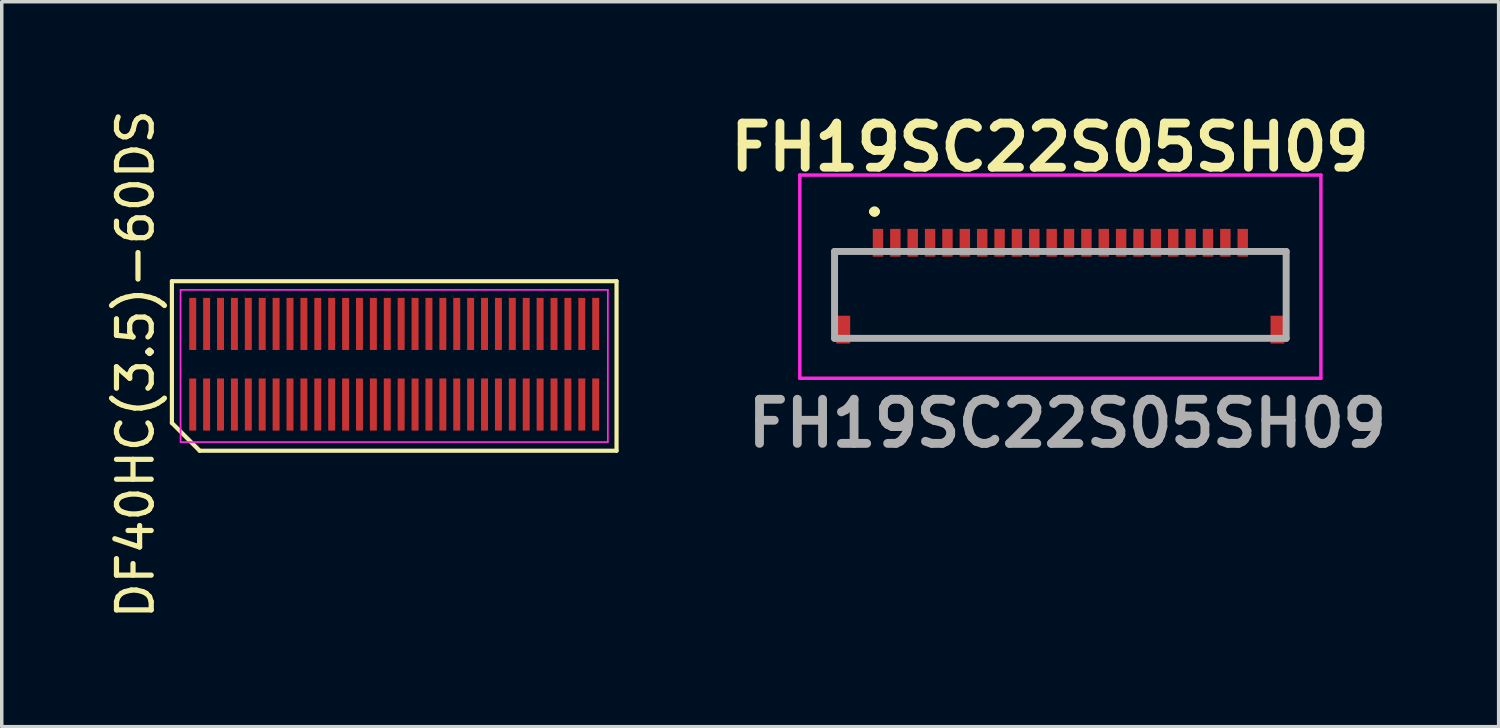
<source format=kicad_pcb>
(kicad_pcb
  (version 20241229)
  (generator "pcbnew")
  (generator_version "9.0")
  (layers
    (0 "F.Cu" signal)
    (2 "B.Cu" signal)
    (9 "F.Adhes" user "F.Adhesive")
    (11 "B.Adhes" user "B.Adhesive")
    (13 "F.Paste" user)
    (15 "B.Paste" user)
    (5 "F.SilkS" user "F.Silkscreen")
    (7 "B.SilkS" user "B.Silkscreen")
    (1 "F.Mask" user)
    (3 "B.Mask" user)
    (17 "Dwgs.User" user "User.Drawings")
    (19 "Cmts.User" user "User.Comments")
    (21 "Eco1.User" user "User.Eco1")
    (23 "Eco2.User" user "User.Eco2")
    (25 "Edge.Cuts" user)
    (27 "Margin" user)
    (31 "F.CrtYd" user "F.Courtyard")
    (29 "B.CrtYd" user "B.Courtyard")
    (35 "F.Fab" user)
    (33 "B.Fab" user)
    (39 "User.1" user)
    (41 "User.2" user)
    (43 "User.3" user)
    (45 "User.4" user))
  (footprint "FH19SC22S05SH09"
    (layer "F.Cu")
    (at 27.474 5.439)
    (property "Reference" "FH19SC22S05SH09" (at -0.3 -4.25 0) (layer "F.SilkS") (effects (font (size 1.27 1.27) (thickness 0.254))))
    (attr smd)
    (fp_line (start -6.5 -1.25) (end -6.5 -1.25) (stroke (width 0.1) (type solid)) (layer "F.SilkS"))
    (fp_line (start -6.5 -1.25) (end -6.5 -1.25) (stroke (width 0.1) (type solid)) (layer "F.SilkS"))
    (fp_line (start -6.5 -1.25) (end -6.5 0.25) (stroke (width 0.1) (type solid)) (layer "F.SilkS"))
    (fp_line (start -6.5 -1.25) (end -6 -1.25) (stroke (width 0.1) (type solid)) (layer "F.SilkS"))
    (fp_line (start -6.5 0.25) (end -6.5 -1.25) (stroke (width 0.1) (type solid)) (layer "F.SilkS"))
    (fp_line (start -6.5 0.25) (end -6.5 0.25) (stroke (width 0.1) (type solid)) (layer "F.SilkS"))
    (fp_line (start -6 -1.25) (end -6.5 -1.25) (stroke (width 0.1) (type solid)) (layer "F.SilkS"))
    (fp_line (start -6 -1.25) (end -6 -1.25) (stroke (width 0.1) (type solid)) (layer "F.SilkS"))
    (fp_line (start -5.5 1.25) (end -5.5 1.25) (stroke (width 0.1) (type solid)) (layer "F.SilkS"))
    (fp_line (start -5.5 1.25) (end 5.5 1.25) (stroke (width 0.1) (type solid)) (layer "F.SilkS"))
    (fp_line (start -5.4 -2.4) (end -5.4 -2.4) (stroke (width 0.2) (type solid)) (layer "F.SilkS"))
    (fp_line (start -5.4 -2.4) (end -5.4 -2.4) (stroke (width 0.2) (type solid)) (layer "F.SilkS"))
    (fp_line (start -5.3 -2.4) (end -5.3 -2.4) (stroke (width 0.2) (type solid)) (layer "F.SilkS"))
    (fp_line (start 5.5 1.25) (end -5.5 1.25) (stroke (width 0.1) (type solid)) (layer "F.SilkS"))
    (fp_line (start 5.5 1.25) (end 5.5 1.25) (stroke (width 0.1) (type solid)) (layer "F.SilkS"))
    (fp_line (start 6 -1.25) (end 6 -1.25) (stroke (width 0.1) (type solid)) (layer "F.SilkS"))
    (fp_line (start 6 -1.25) (end 6.5 -1.25) (stroke (width 0.1) (type solid)) (layer "F.SilkS"))
    (fp_line (start 6.5 -1.25) (end 6 -1.25) (stroke (width 0.1) (type solid)) (layer "F.SilkS"))
    (fp_line (start 6.5 -1.25) (end 6.5 -1.25) (stroke (width 0.1) (type solid)) (layer "F.SilkS"))
    (fp_line (start 6.5 -1.25) (end 6.5 -1.25) (stroke (width 0.1) (type solid)) (layer "F.SilkS"))
    (fp_line (start 6.5 -1.25) (end 6.5 0) (stroke (width 0.1) (type solid)) (layer "F.SilkS"))
    (fp_line (start 6.5 0) (end 6.5 -1.25) (stroke (width 0.1) (type solid)) (layer "F.SilkS"))
    (fp_line (start 6.5 0) (end 6.5 0) (stroke (width 0.1) (type solid)) (layer "F.SilkS"))
    (fp_arc (start -5.4 -2.4) (mid -5.35 -2.45) (end -5.3 -2.4) (stroke (width 0.2) (type solid)) (layer "F.SilkS"))
    (fp_arc (start -5.3 -2.4) (mid -5.35 -2.35) (end -5.4 -2.4) (stroke (width 0.2) (type solid)) (layer "F.SilkS"))
    (fp_arc (start -5.3 -2.4) (mid -5.35 -2.35) (end -5.4 -2.4) (stroke (width 0.2) (type solid)) (layer "F.SilkS"))
    (fp_line (start -7.5 -3.45) (end 7.5 -3.45) (stroke (width 0.1) (type solid)) (layer "F.CrtYd"))
    (fp_line (start -7.5 2.4) (end -7.5 -3.45) (stroke (width 0.1) (type solid)) (layer "F.CrtYd"))
    (fp_line (start 7.5 -3.45) (end 7.5 2.4) (stroke (width 0.1) (type solid)) (layer "F.CrtYd"))
    (fp_line (start 7.5 2.4) (end -7.5 2.4) (stroke (width 0.1) (type solid)) (layer "F.CrtYd"))
    (fp_line (start -6.5 -1.25) (end -6.5 1.25) (stroke (width 0.2) (type solid)) (layer "F.Fab"))
    (fp_line (start -6.5 1.25) (end 6.5 1.25) (stroke (width 0.2) (type solid)) (layer "F.Fab"))
    (fp_line (start 6.5 -1.25) (end -6.5 -1.25) (stroke (width 0.2) (type solid)) (layer "F.Fab"))
    (fp_line (start 6.5 1.25) (end 6.5 -1.25) (stroke (width 0.2) (type solid)) (layer "F.Fab"))
    (fp_text user "${REFERENCE}" (at 0.2 3.7 0) (layer "F.Fab") (effects (font (size 1.27 1.27) (thickness 0.254))))
    (pad "1" smd rect (at -5.25 -1.5) (size 0.3 0.8) (layers "F.Cu" "F.Mask" "F.Paste"))
    (pad "2" smd rect (at -4.75 -1.5) (size 0.3 0.8) (layers "F.Cu" "F.Mask" "F.Paste"))
    (pad "3" smd rect (at -4.25 -1.5) (size 0.3 0.8) (layers "F.Cu" "F.Mask" "F.Paste"))
    (pad "4" smd rect (at -3.75 -1.5) (size 0.3 0.8) (layers "F.Cu" "F.Mask" "F.Paste"))
    (pad "5" smd rect (at -3.25 -1.5) (size 0.3 0.8) (layers "F.Cu" "F.Mask" "F.Paste"))
    (pad "6" smd rect (at -2.75 -1.5) (size 0.3 0.8) (layers "F.Cu" "F.Mask" "F.Paste"))
    (pad "7" smd rect (at -2.25 -1.5) (size 0.3 0.8) (layers "F.Cu" "F.Mask" "F.Paste"))
    (pad "8" smd rect (at -1.75 -1.5) (size 0.3 0.8) (layers "F.Cu" "F.Mask" "F.Paste"))
    (pad "9" smd rect (at -1.25 -1.5) (size 0.3 0.8) (layers "F.Cu" "F.Mask" "F.Paste"))
    (pad "10" smd rect (at -0.75 -1.5) (size 0.3 0.8) (layers "F.Cu" "F.Mask" "F.Paste"))
    (pad "11" smd rect (at -0.25 -1.5) (size 0.3 0.8) (layers "F.Cu" "F.Mask" "F.Paste"))
    (pad "12" smd rect (at 0.25 -1.5) (size 0.3 0.8) (layers "F.Cu" "F.Mask" "F.Paste"))
    (pad "13" smd rect (at 0.75 -1.5) (size 0.3 0.8) (layers "F.Cu" "F.Mask" "F.Paste"))
    (pad "14" smd rect (at 1.25 -1.5) (size 0.3 0.8) (layers "F.Cu" "F.Mask" "F.Paste"))
    (pad "15" smd rect (at 1.75 -1.5) (size 0.3 0.8) (layers "F.Cu" "F.Mask" "F.Paste"))
    (pad "16" smd rect (at 2.25 -1.5) (size 0.3 0.8) (layers "F.Cu" "F.Mask" "F.Paste"))
    (pad "17" smd rect (at 2.75 -1.5) (size 0.3 0.8) (layers "F.Cu" "F.Mask" "F.Paste"))
    (pad "18" smd rect (at 3.25 -1.5) (size 0.3 0.8) (layers "F.Cu" "F.Mask" "F.Paste"))
    (pad "19" smd rect (at 3.75 -1.5) (size 0.3 0.8) (layers "F.Cu" "F.Mask" "F.Paste"))
    (pad "20" smd rect (at 4.25 -1.5) (size 0.3 0.8) (layers "F.Cu" "F.Mask" "F.Paste"))
    (pad "21" smd rect (at 4.75 -1.5) (size 0.3 0.8) (layers "F.Cu" "F.Mask" "F.Paste"))
    (pad "22" smd rect (at 5.25 -1.5) (size 0.3 0.8) (layers "F.Cu" "F.Mask" "F.Paste"))
    (pad "MP1" smd rect (at -6.25 1) (size 0.4 0.8) (layers "F.Cu" "F.Mask" "F.Paste"))
    (pad "MP2" smd rect (at 6.25 1) (size 0.4 0.8) (layers "F.Cu" "F.Mask" "F.Paste")))
  (footprint "DF40HC(3.5)-60DS"
    (layer "F.Cu")
    (at 8.298 7.435)
    (property "Reference" "DF40HC(3.5)-60DS" (at -7.45 0 90) (layer "F.SilkS") (effects (font (size 1 1) (thickness 0.15))))
    (attr smd)
    (fp_line (start -6.4 -2.39) (end 6.4 -2.39) (stroke (width 0.12) (type solid)) (layer "F.SilkS"))
    (fp_line (start -6.4 1.69) (end -6.4 -2.39) (stroke (width 0.12) (type solid)) (layer "F.SilkS"))
    (fp_line (start -5.6 2.49) (end -6.4 1.69) (stroke (width 0.12) (type solid)) (layer "F.SilkS"))
    (fp_line (start 6.4 -2.39) (end 6.4 2.49) (stroke (width 0.12) (type solid)) (layer "F.SilkS"))
    (fp_line (start 6.4 2.49) (end -5.6 2.49) (stroke (width 0.12) (type solid)) (layer "F.SilkS"))
    (fp_line (start -6.15 -2.14) (end 6.15 -2.14) (stroke (width 0.05) (type solid)) (layer "F.CrtYd"))
    (fp_line (start -6.15 2.24) (end -6.15 -2.14) (stroke (width 0.05) (type solid)) (layer "F.CrtYd"))
    (fp_line (start 6.15 -2.14) (end 6.15 2.24) (stroke (width 0.05) (type solid)) (layer "F.CrtYd"))
    (fp_line (start 6.15 2.24) (end -6.15 2.24) (stroke (width 0.05) (type solid)) (layer "F.CrtYd"))
    (pad "1" smd rect (at -5.8 -1.16) (size 0.2 1.5) (layers "F.Cu" "F.Mask" "F.Paste"))
    (pad "2" smd rect (at -5.4 -1.16) (size 0.2 1.5) (layers "F.Cu" "F.Mask" "F.Paste"))
    (pad "3" smd rect (at -5 -1.16) (size 0.2 1.5) (layers "F.Cu" "F.Mask" "F.Paste"))
    (pad "4" smd rect (at -4.6 -1.16) (size 0.2 1.5) (layers "F.Cu" "F.Mask" "F.Paste"))
    (pad "5" smd rect (at -4.2 -1.16) (size 0.2 1.5) (layers "F.Cu" "F.Mask" "F.Paste"))
    (pad "6" smd rect (at -3.8 -1.16) (size 0.2 1.5) (layers "F.Cu" "F.Mask" "F.Paste"))
    (pad "7" smd rect (at -3.4 -1.16) (size 0.2 1.5) (layers "F.Cu" "F.Mask" "F.Paste"))
    (pad "8" smd rect (at -3 -1.16) (size 0.2 1.5) (layers "F.Cu" "F.Mask" "F.Paste"))
    (pad "9" smd rect (at -2.6 -1.16) (size 0.2 1.5) (layers "F.Cu" "F.Mask" "F.Paste"))
    (pad "10" smd rect (at -2.2 -1.16) (size 0.2 1.5) (layers "F.Cu" "F.Mask" "F.Paste"))
    (pad "11" smd rect (at -1.8 -1.16) (size 0.2 1.5) (layers "F.Cu" "F.Mask" "F.Paste"))
    (pad "12" smd rect (at -1.4 -1.16) (size 0.2 1.5) (layers "F.Cu" "F.Mask" "F.Paste"))
    (pad "13" smd rect (at -1 -1.16) (size 0.2 1.5) (layers "F.Cu" "F.Mask" "F.Paste"))
    (pad "14" smd rect (at -0.6 -1.16) (size 0.2 1.5) (layers "F.Cu" "F.Mask" "F.Paste"))
    (pad "15" smd rect (at -0.2 -1.16) (size 0.2 1.5) (layers "F.Cu" "F.Mask" "F.Paste"))
    (pad "16" smd rect (at 0.2 -1.16) (size 0.2 1.5) (layers "F.Cu" "F.Mask" "F.Paste"))
    (pad "17" smd rect (at 0.6 -1.16) (size 0.2 1.5) (layers "F.Cu" "F.Mask" "F.Paste"))
    (pad "18" smd rect (at 1 -1.16) (size 0.2 1.5) (layers "F.Cu" "F.Mask" "F.Paste"))
    (pad "19" smd rect (at 1.4 -1.16) (size 0.2 1.5) (layers "F.Cu" "F.Mask" "F.Paste"))
    (pad "20" smd rect (at 1.8 -1.16) (size 0.2 1.5) (layers "F.Cu" "F.Mask" "F.Paste"))
    (pad "21" smd rect (at 2.2 -1.16) (size 0.2 1.5) (layers "F.Cu" "F.Mask" "F.Paste"))
    (pad "22" smd rect (at 2.6 -1.16) (size 0.2 1.5) (layers "F.Cu" "F.Mask" "F.Paste"))
    (pad "23" smd rect (at 3 -1.16) (size 0.2 1.5) (layers "F.Cu" "F.Mask" "F.Paste"))
    (pad "24" smd rect (at 3.4 -1.16) (size 0.2 1.5) (layers "F.Cu" "F.Mask" "F.Paste"))
    (pad "25" smd rect (at 3.8 -1.16) (size 0.2 1.5) (layers "F.Cu" "F.Mask" "F.Paste"))
    (pad "26" smd rect (at 4.2 -1.16) (size 0.2 1.5) (layers "F.Cu" "F.Mask" "F.Paste"))
    (pad "27" smd rect (at 4.6 -1.16) (size 0.2 1.5) (layers "F.Cu" "F.Mask" "F.Paste"))
    (pad "28" smd rect (at 5 -1.16) (size 0.2 1.5) (layers "F.Cu" "F.Mask" "F.Paste"))
    (pad "29" smd rect (at 5.4 -1.16) (size 0.2 1.5) (layers "F.Cu" "F.Mask" "F.Paste"))
    (pad "30" smd rect (at 5.8 -1.16) (size 0.2 1.5) (layers "F.Cu" "F.Mask" "F.Paste"))
    (pad "31" smd rect (at 5.8 1.16) (size 0.2 1.5) (layers "F.Cu" "F.Mask" "F.Paste"))
    (pad "32" smd rect (at 5.4 1.16) (size 0.2 1.5) (layers "F.Cu" "F.Mask" "F.Paste"))
    (pad "33" smd rect (at 5 1.16) (size 0.2 1.5) (layers "F.Cu" "F.Mask" "F.Paste"))
    (pad "34" smd rect (at 4.6 1.16) (size 0.2 1.5) (layers "F.Cu" "F.Mask" "F.Paste"))
    (pad "35" smd rect (at 4.2 1.16) (size 0.2 1.5) (layers "F.Cu" "F.Mask" "F.Paste"))
    (pad "36" smd rect (at 3.8 1.16) (size 0.2 1.5) (layers "F.Cu" "F.Mask" "F.Paste"))
    (pad "37" smd rect (at 3.4 1.16) (size 0.2 1.5) (layers "F.Cu" "F.Mask" "F.Paste"))
    (pad "38" smd rect (at 3 1.16) (size 0.2 1.5) (layers "F.Cu" "F.Mask" "F.Paste"))
    (pad "39" smd rect (at 2.6 1.16) (size 0.2 1.5) (layers "F.Cu" "F.Mask" "F.Paste"))
    (pad "40" smd rect (at 2.2 1.16) (size 0.2 1.5) (layers "F.Cu" "F.Mask" "F.Paste"))
    (pad "41" smd rect (at 1.8 1.16) (size 0.2 1.5) (layers "F.Cu" "F.Mask" "F.Paste"))
    (pad "42" smd rect (at 1.4 1.16) (size 0.2 1.5) (layers "F.Cu" "F.Mask" "F.Paste"))
    (pad "43" smd rect (at 1 1.16) (size 0.2 1.5) (layers "F.Cu" "F.Mask" "F.Paste"))
    (pad "44" smd rect (at 0.6 1.16) (size 0.2 1.5) (layers "F.Cu" "F.Mask" "F.Paste"))
    (pad "45" smd rect (at 0.2 1.16) (size 0.2 1.5) (layers "F.Cu" "F.Mask" "F.Paste"))
    (pad "46" smd rect (at -0.2 1.16) (size 0.2 1.5) (layers "F.Cu" "F.Mask" "F.Paste"))
    (pad "47" smd rect (at -0.6 1.16) (size 0.2 1.5) (layers "F.Cu" "F.Mask" "F.Paste"))
    (pad "48" smd rect (at -1 1.16) (size 0.2 1.5) (layers "F.Cu" "F.Mask" "F.Paste"))
    (pad "49" smd rect (at -1.4 1.16) (size 0.2 1.5) (layers "F.Cu" "F.Mask" "F.Paste"))
    (pad "50" smd rect (at -1.8 1.16) (size 0.2 1.5) (layers "F.Cu" "F.Mask" "F.Paste"))
    (pad "51" smd rect (at -2.2 1.16) (size 0.2 1.5) (layers "F.Cu" "F.Mask" "F.Paste"))
    (pad "52" smd rect (at -2.6 1.16) (size 0.2 1.5) (layers "F.Cu" "F.Mask" "F.Paste"))
    (pad "53" smd rect (at -3 1.16) (size 0.2 1.5) (layers "F.Cu" "F.Mask" "F.Paste"))
    (pad "54" smd rect (at -3.4 1.16) (size 0.2 1.5) (layers "F.Cu" "F.Mask" "F.Paste"))
    (pad "55" smd rect (at -3.8 1.16) (size 0.2 1.5) (layers "F.Cu" "F.Mask" "F.Paste"))
    (pad "56" smd rect (at -4.2 1.16) (size 0.2 1.5) (layers "F.Cu" "F.Mask" "F.Paste"))
    (pad "57" smd rect (at -4.6 1.16) (size 0.2 1.5) (layers "F.Cu" "F.Mask" "F.Paste"))
    (pad "58" smd rect (at -5 1.16) (size 0.2 1.5) (layers "F.Cu" "F.Mask" "F.Paste"))
    (pad "59" smd rect (at -5.4 1.16) (size 0.2 1.5) (layers "F.Cu" "F.Mask" "F.Paste"))
    (pad "60" smd rect (at -5.8 1.16) (size 0.2 1.5) (layers "F.Cu" "F.Mask" "F.Paste")))
  (gr_rect
    (start -3 -3)
    (end 40.091 17.869)
    (stroke (width 0.1) (type default))
    (fill no)
    (layer "Edge.Cuts")))
</source>
